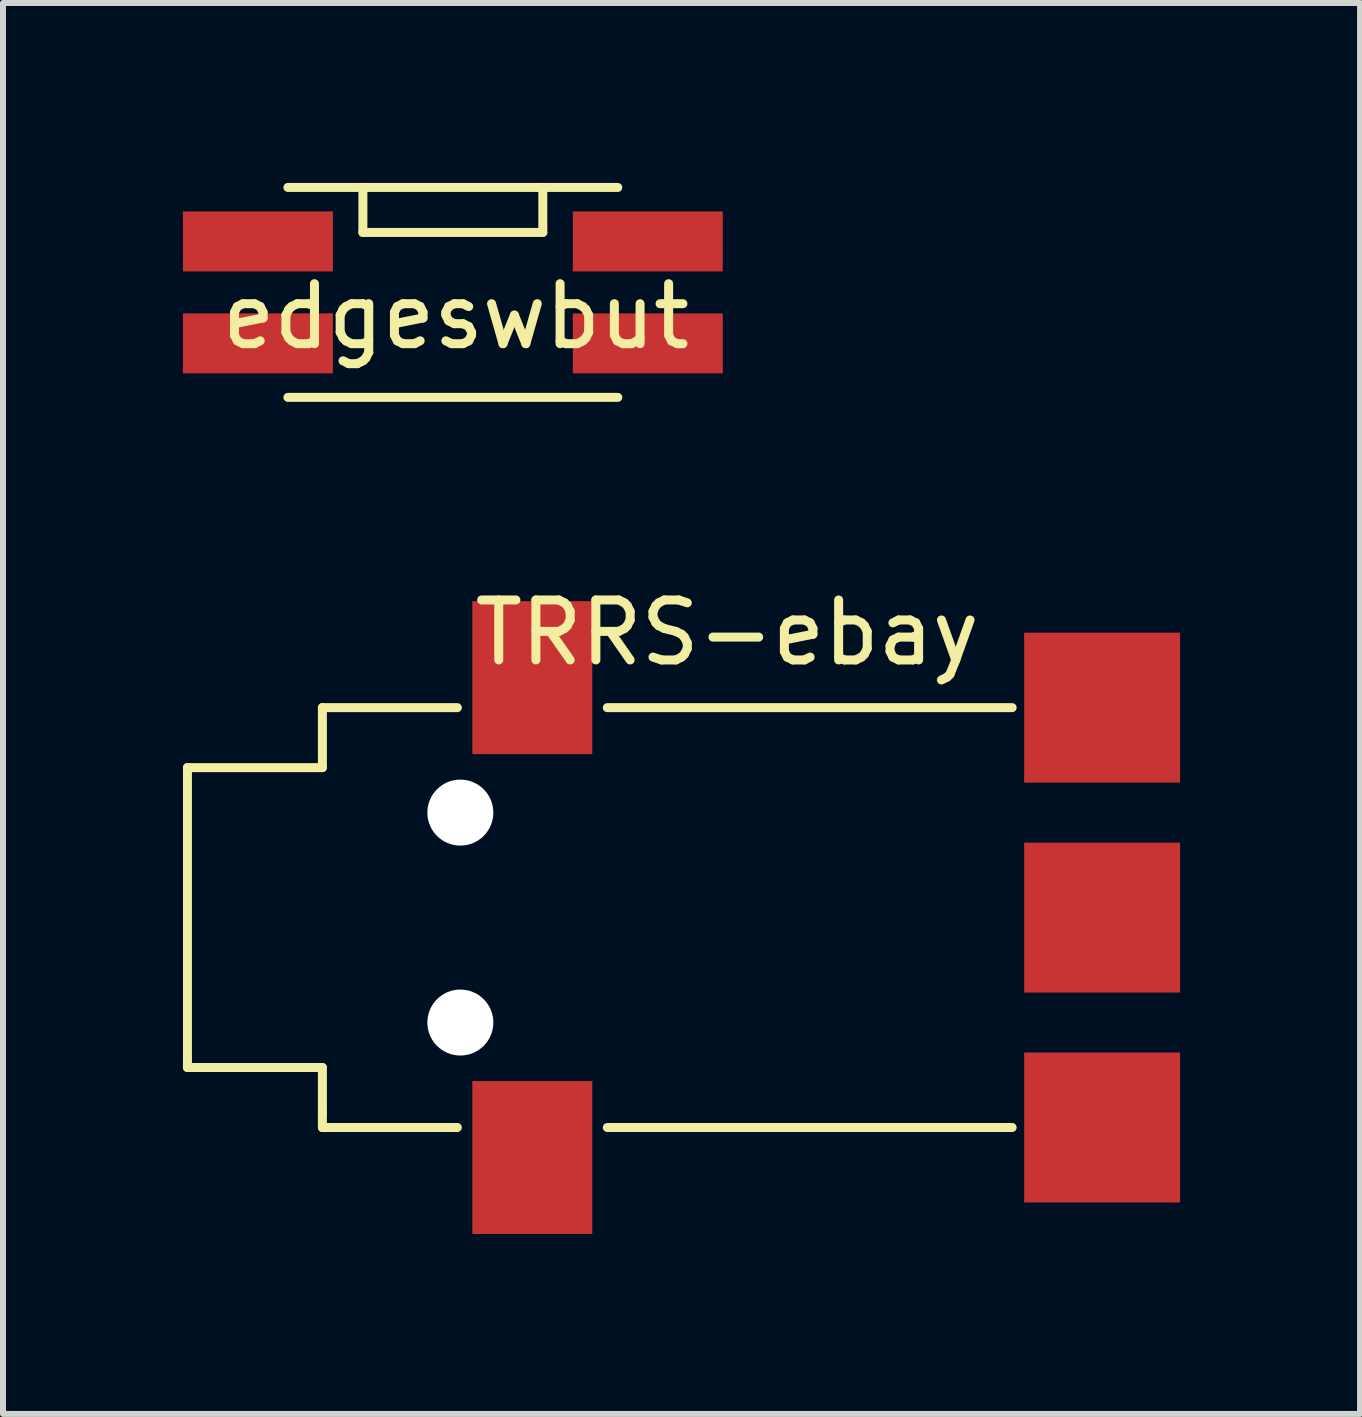
<source format=kicad_pcb>
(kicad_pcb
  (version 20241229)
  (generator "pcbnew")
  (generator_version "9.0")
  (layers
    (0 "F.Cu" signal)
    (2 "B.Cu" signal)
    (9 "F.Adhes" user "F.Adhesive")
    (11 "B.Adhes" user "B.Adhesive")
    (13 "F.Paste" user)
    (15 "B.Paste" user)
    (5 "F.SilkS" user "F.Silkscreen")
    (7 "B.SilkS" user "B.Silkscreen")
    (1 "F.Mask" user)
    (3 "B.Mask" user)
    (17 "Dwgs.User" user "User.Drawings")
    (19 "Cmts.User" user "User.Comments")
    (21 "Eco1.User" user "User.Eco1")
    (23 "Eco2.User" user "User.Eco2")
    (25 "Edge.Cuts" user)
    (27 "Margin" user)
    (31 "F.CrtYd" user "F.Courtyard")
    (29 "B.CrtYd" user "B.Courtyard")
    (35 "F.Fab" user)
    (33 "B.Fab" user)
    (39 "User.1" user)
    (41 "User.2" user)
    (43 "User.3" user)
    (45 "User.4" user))
  (footprint "edgeswbut"
    (layer "F.Cu")
    (at 4.5 1.825)
    (property "Reference" "edgeswbut" (at 0.05 0.4 0) (layer "F.SilkS") (effects (font (size 1 1) (thickness 0.15))))
    (attr through_hole)
    (fp_line (start -2.75 -1.75) (end 2.75 -1.75) (stroke (width 0.15) (type solid)) (layer "F.SilkS"))
    (fp_line (start -2.75 1.75) (end 2.75 1.75) (stroke (width 0.15) (type solid)) (layer "F.SilkS"))
    (fp_line (start -1.5 -1.75) (end -1.5 -1) (stroke (width 0.15) (type solid)) (layer "F.SilkS"))
    (fp_line (start -1.5 -1) (end 1.5 -1) (stroke (width 0.15) (type solid)) (layer "F.SilkS"))
    (fp_line (start 1.5 -1) (end 1.5 -1.75) (stroke (width 0.15) (type solid)) (layer "F.SilkS"))
    (pad "1" smd rect (at -3.25 -0.85) (size 2.5 1) (layers "F.Cu" "F.Mask" "F.Paste"))
    (pad "1" smd rect (at 3.25 -0.85) (size 2.5 1) (layers "F.Cu" "F.Mask" "F.Paste"))
    (pad "2" smd rect (at -3.25 0.85) (size 2.5 1) (layers "F.Cu" "F.Mask" "F.Paste"))
    (pad "2" smd rect (at 3.25 0.85) (size 2.5 1) (layers "F.Cu" "F.Mask" "F.Paste")))
  (footprint "TRRS-ebay"
    (layer "F.Cu")
    (at 8.325 12.248)
    (property "Reference" "TRRS-ebay" (at 0.75 -4.75 0) (layer "F.SilkS") (effects (font (size 1 1) (thickness 0.15))))
    (attr through_hole)
    (fp_line (start -8.25 -2.5) (end -8.25 2.5) (stroke (width 0.15) (type solid)) (layer "F.SilkS"))
    (fp_line (start -8.25 -2.5) (end -6 -2.5) (stroke (width 0.15) (type solid)) (layer "F.SilkS"))
    (fp_line (start -8.25 2.5) (end -6 2.5) (stroke (width 0.15) (type solid)) (layer "F.SilkS"))
    (fp_line (start -6 -3.5) (end -3.75 -3.5) (stroke (width 0.15) (type solid)) (layer "F.SilkS"))
    (fp_line (start -6 -2.5) (end -6 -3.5) (stroke (width 0.15) (type solid)) (layer "F.SilkS"))
    (fp_line (start -6 2.5) (end -6 3.25) (stroke (width 0.15) (type solid)) (layer "F.SilkS"))
    (fp_line (start -6 3.25) (end -6 3.5) (stroke (width 0.15) (type solid)) (layer "F.SilkS"))
    (fp_line (start -6 3.5) (end -3.75 3.5) (stroke (width 0.15) (type solid)) (layer "F.SilkS"))
    (fp_line (start -1.25 3.5) (end 5.5 3.5) (stroke (width 0.15) (type solid)) (layer "F.SilkS"))
    (fp_line (start 5.5 -3.5) (end -1.25 -3.5) (stroke (width 0.15) (type solid)) (layer "F.SilkS"))
    (pad "" np_thru_hole circle (at -3.7 -1.75) (size 1.1 1.1) (drill 1.1) (layers "*.Cu" "*.Mask"))
    (pad "" np_thru_hole circle (at -3.7 1.75) (size 1.1 1.1) (drill 1.1) (layers "*.Cu" "*.Mask"))
    (pad "1" smd rect (at 7 0) (size 2.6 2.5) (layers "F.Cu" "F.Mask" "F.Paste"))
    (pad "2" smd rect (at 7 -3.5) (size 2.6 2.5) (layers "F.Cu" "F.Mask" "F.Paste"))
    (pad "3" smd rect (at 7 3.5) (size 2.6 2.5) (layers "F.Cu" "F.Mask" "F.Paste"))
    (pad "4" smd rect (at -2.5 -4) (size 2 2.55) (layers "F.Cu" "F.Mask" "F.Paste"))
    (pad "4" smd rect (at -2.5 4) (size 2 2.55) (layers "F.Cu" "F.Mask" "F.Paste")))
  (gr_rect
    (start -3 -3)
    (end 19.625 20.523)
    (stroke (width 0.1) (type default))
    (fill no)
    (layer "Edge.Cuts")))
</source>
